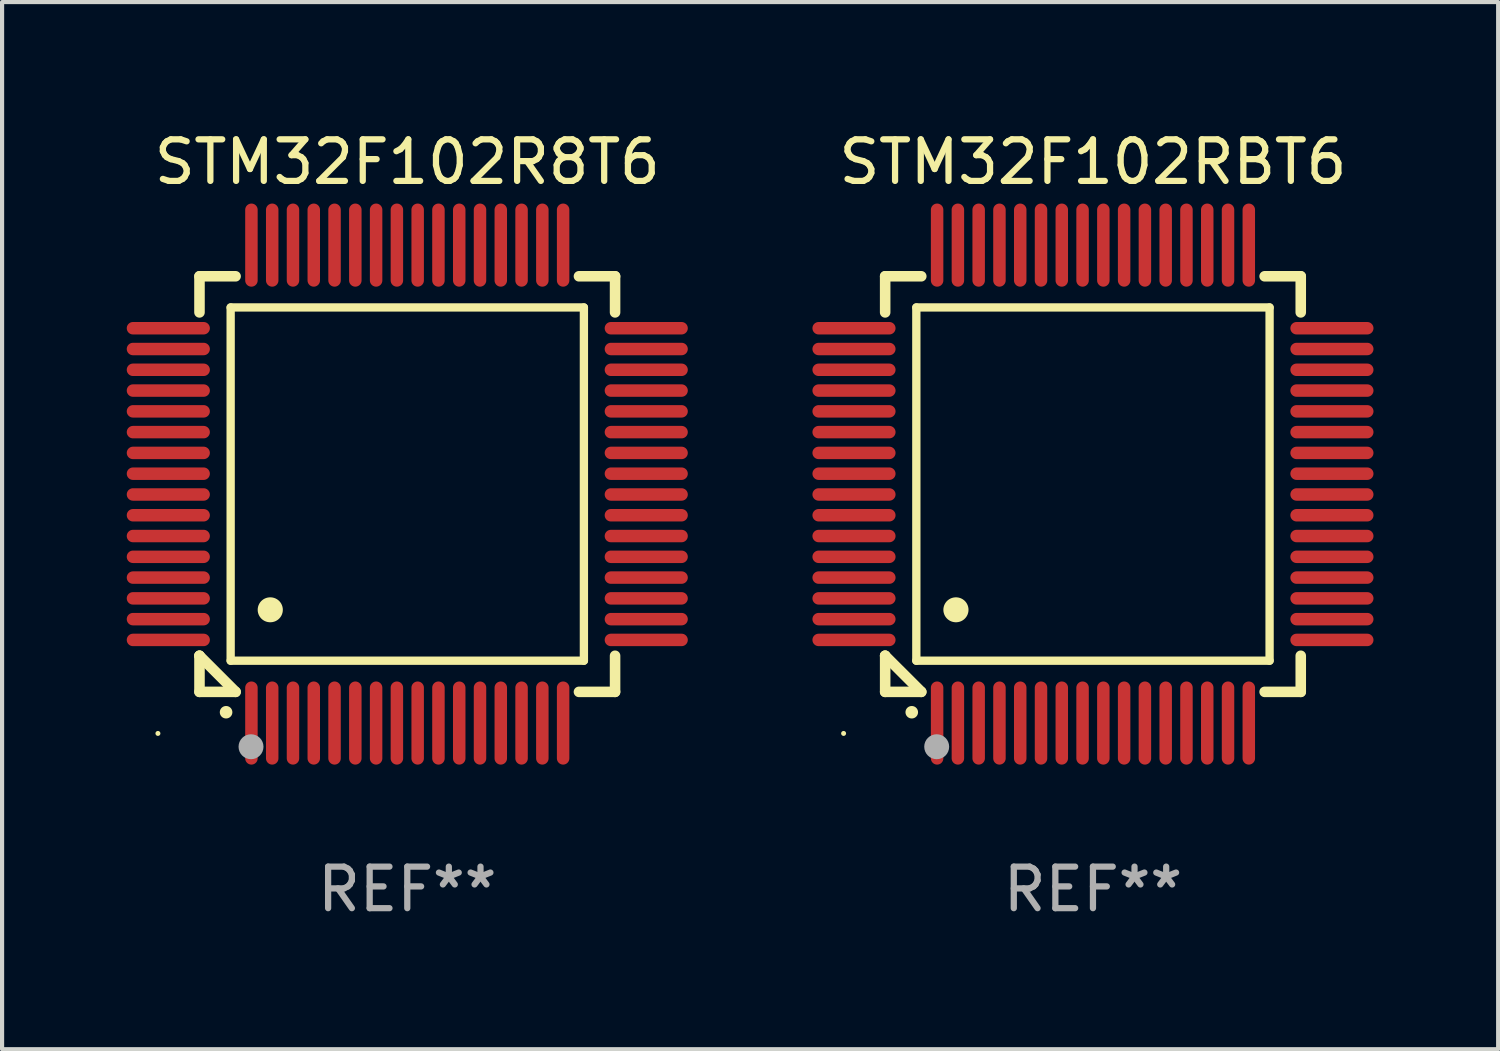
<source format=kicad_pcb>
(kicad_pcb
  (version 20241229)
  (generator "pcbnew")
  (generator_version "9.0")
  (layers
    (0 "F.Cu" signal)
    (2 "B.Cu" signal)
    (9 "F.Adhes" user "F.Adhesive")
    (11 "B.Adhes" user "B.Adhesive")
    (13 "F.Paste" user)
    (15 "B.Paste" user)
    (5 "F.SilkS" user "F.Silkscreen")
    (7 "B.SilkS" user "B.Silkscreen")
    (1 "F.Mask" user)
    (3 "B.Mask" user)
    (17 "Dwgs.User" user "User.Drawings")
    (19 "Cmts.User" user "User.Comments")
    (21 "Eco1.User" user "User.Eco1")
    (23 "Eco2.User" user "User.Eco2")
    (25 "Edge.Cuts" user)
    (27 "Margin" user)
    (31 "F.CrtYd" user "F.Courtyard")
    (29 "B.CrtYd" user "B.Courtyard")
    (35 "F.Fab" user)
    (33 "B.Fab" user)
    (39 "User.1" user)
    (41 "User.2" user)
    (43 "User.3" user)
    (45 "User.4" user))
  (footprint "STM32F102RBT6"
    (layer "F.Cu")
    (at 23.249 8.598)
    (property "Reference" "STM32F102RBT6" (at 0 -7.75 0) (layer "F.SilkS") (effects (font (size 1 1) (thickness 0.15))))
    (attr through_hole)
    (fp_line (start -5 -5) (end -4.131 -5) (stroke (width 0.254) (type solid)) (layer "F.SilkS"))
    (fp_line (start -5 -4.131) (end -5 -5) (stroke (width 0.254) (type solid)) (layer "F.SilkS"))
    (fp_line (start -5 4.131) (end -5 4.131) (stroke (width 0.254) (type solid)) (layer "F.SilkS"))
    (fp_line (start -5 5) (end -5 4.131) (stroke (width 0.254) (type solid)) (layer "F.SilkS"))
    (fp_line (start -5 4.131) (end -4.131 5) (stroke (width 0.254) (type solid)) (layer "F.SilkS"))
    (fp_line (start -4.25 -4.25) (end -4.25 4.25) (stroke (width 0.2) (type solid)) (layer "F.SilkS"))
    (fp_line (start -4.25 4.25) (end 4.25 4.25) (stroke (width 0.2) (type solid)) (layer "F.SilkS"))
    (fp_line (start -4.131 5) (end -5 5) (stroke (width 0.254) (type solid)) (layer "F.SilkS"))
    (fp_line (start 4.25 -4.25) (end -4.25 -4.25) (stroke (width 0.2) (type solid)) (layer "F.SilkS"))
    (fp_line (start 4.25 4.25) (end 4.25 -4.25) (stroke (width 0.2) (type solid)) (layer "F.SilkS"))
    (fp_line (start 5 -5) (end 4.131 -5) (stroke (width 0.254) (type solid)) (layer "F.SilkS"))
    (fp_line (start 5 -5) (end 5 -4.131) (stroke (width 0.254) (type solid)) (layer "F.SilkS"))
    (fp_line (start 5 4.131) (end 5 5) (stroke (width 0.254) (type solid)) (layer "F.SilkS"))
    (fp_line (start 5 5) (end 4.131 5) (stroke (width 0.254) (type solid)) (layer "F.SilkS"))
    (fp_arc (start -4.361265 5.489992) (mid -4.359995 5.489987) (end -4.358725 5.489992) (stroke (width 0.3) (type solid)) (layer "F.SilkS"))
    (fp_arc (start -3.299467 3.025146) (mid -3.296927 3.025135) (end -3.294387 3.025146) (stroke (width 0.6) (type solid)) (layer "F.SilkS"))
    (fp_circle (center -6 6) (end -5.97 6) (stroke (width 0.06) (type solid)) (fill no) (layer "F.SilkS"))
    (fp_circle (center -3.76 6.32) (end -3.61 6.32) (stroke (width 0.3) (type solid)) (fill no) (layer "F.Fab"))
    (fp_text user "REF**" (at 0 9.75 0) (layer "F.Fab") (effects (font (size 1 1) (thickness 0.15))))
    (pad "1" smd oval (at -3.75 5.75) (size 0.3 2) (layers "F.Cu" "F.Mask" "F.Paste"))
    (pad "2" smd oval (at -3.25 5.75) (size 0.3 2) (layers "F.Cu" "F.Mask" "F.Paste"))
    (pad "3" smd oval (at -2.75 5.75) (size 0.3 2) (layers "F.Cu" "F.Mask" "F.Paste"))
    (pad "4" smd oval (at -2.25 5.75) (size 0.3 2) (layers "F.Cu" "F.Mask" "F.Paste"))
    (pad "5" smd oval (at -1.75 5.75) (size 0.3 2) (layers "F.Cu" "F.Mask" "F.Paste"))
    (pad "6" smd oval (at -1.25 5.75) (size 0.3 2) (layers "F.Cu" "F.Mask" "F.Paste"))
    (pad "7" smd oval (at -0.75 5.75) (size 0.3 2) (layers "F.Cu" "F.Mask" "F.Paste"))
    (pad "8" smd oval (at -0.25 5.75) (size 0.3 2) (layers "F.Cu" "F.Mask" "F.Paste"))
    (pad "9" smd oval (at 0.25 5.75) (size 0.3 2) (layers "F.Cu" "F.Mask" "F.Paste"))
    (pad "10" smd oval (at 0.75 5.75) (size 0.3 2) (layers "F.Cu" "F.Mask" "F.Paste"))
    (pad "11" smd oval (at 1.25 5.75) (size 0.3 2) (layers "F.Cu" "F.Mask" "F.Paste"))
    (pad "12" smd oval (at 1.75 5.75) (size 0.3 2) (layers "F.Cu" "F.Mask" "F.Paste"))
    (pad "13" smd oval (at 2.25 5.75) (size 0.3 2) (layers "F.Cu" "F.Mask" "F.Paste"))
    (pad "14" smd oval (at 2.75 5.75) (size 0.3 2) (layers "F.Cu" "F.Mask" "F.Paste"))
    (pad "15" smd oval (at 3.25 5.75) (size 0.3 2) (layers "F.Cu" "F.Mask" "F.Paste"))
    (pad "16" smd oval (at 3.75 5.75) (size 0.3 2) (layers "F.Cu" "F.Mask" "F.Paste"))
    (pad "17" smd oval (at 5.75 3.75) (size 2 0.3) (layers "F.Cu" "F.Mask" "F.Paste"))
    (pad "18" smd oval (at 5.75 3.25) (size 2 0.3) (layers "F.Cu" "F.Mask" "F.Paste"))
    (pad "19" smd oval (at 5.75 2.75) (size 2 0.3) (layers "F.Cu" "F.Mask" "F.Paste"))
    (pad "20" smd oval (at 5.75 2.25) (size 2 0.3) (layers "F.Cu" "F.Mask" "F.Paste"))
    (pad "21" smd oval (at 5.75 1.75) (size 2 0.3) (layers "F.Cu" "F.Mask" "F.Paste"))
    (pad "22" smd oval (at 5.75 1.25) (size 2 0.3) (layers "F.Cu" "F.Mask" "F.Paste"))
    (pad "23" smd oval (at 5.75 0.75) (size 2 0.3) (layers "F.Cu" "F.Mask" "F.Paste"))
    (pad "24" smd oval (at 5.75 0.25) (size 2 0.3) (layers "F.Cu" "F.Mask" "F.Paste"))
    (pad "25" smd oval (at 5.75 -0.25) (size 2 0.3) (layers "F.Cu" "F.Mask" "F.Paste"))
    (pad "26" smd oval (at 5.75 -0.75) (size 2 0.3) (layers "F.Cu" "F.Mask" "F.Paste"))
    (pad "27" smd oval (at 5.75 -1.25) (size 2 0.3) (layers "F.Cu" "F.Mask" "F.Paste"))
    (pad "28" smd oval (at 5.75 -1.75) (size 2 0.3) (layers "F.Cu" "F.Mask" "F.Paste"))
    (pad "29" smd oval (at 5.75 -2.25) (size 2 0.3) (layers "F.Cu" "F.Mask" "F.Paste"))
    (pad "30" smd oval (at 5.75 -2.75) (size 2 0.3) (layers "F.Cu" "F.Mask" "F.Paste"))
    (pad "31" smd oval (at 5.75 -3.25) (size 2 0.3) (layers "F.Cu" "F.Mask" "F.Paste"))
    (pad "32" smd oval (at 5.75 -3.75) (size 2 0.3) (layers "F.Cu" "F.Mask" "F.Paste"))
    (pad "33" smd oval (at 3.75 -5.75) (size 0.3 2) (layers "F.Cu" "F.Mask" "F.Paste"))
    (pad "34" smd oval (at 3.25 -5.75) (size 0.3 2) (layers "F.Cu" "F.Mask" "F.Paste"))
    (pad "35" smd oval (at 2.75 -5.75) (size 0.3 2) (layers "F.Cu" "F.Mask" "F.Paste"))
    (pad "36" smd oval (at 2.25 -5.75) (size 0.3 2) (layers "F.Cu" "F.Mask" "F.Paste"))
    (pad "37" smd oval (at 1.75 -5.75) (size 0.3 2) (layers "F.Cu" "F.Mask" "F.Paste"))
    (pad "38" smd oval (at 1.25 -5.75) (size 0.3 2) (layers "F.Cu" "F.Mask" "F.Paste"))
    (pad "39" smd oval (at 0.75 -5.75) (size 0.3 2) (layers "F.Cu" "F.Mask" "F.Paste"))
    (pad "40" smd oval (at 0.25 -5.75) (size 0.3 2) (layers "F.Cu" "F.Mask" "F.Paste"))
    (pad "41" smd oval (at -0.25 -5.75) (size 0.3 2) (layers "F.Cu" "F.Mask" "F.Paste"))
    (pad "42" smd oval (at -0.75 -5.75) (size 0.3 2) (layers "F.Cu" "F.Mask" "F.Paste"))
    (pad "43" smd oval (at -1.25 -5.75) (size 0.3 2) (layers "F.Cu" "F.Mask" "F.Paste"))
    (pad "44" smd oval (at -1.75 -5.75) (size 0.3 2) (layers "F.Cu" "F.Mask" "F.Paste"))
    (pad "45" smd oval (at -2.25 -5.75) (size 0.3 2) (layers "F.Cu" "F.Mask" "F.Paste"))
    (pad "46" smd oval (at -2.75 -5.75) (size 0.3 2) (layers "F.Cu" "F.Mask" "F.Paste"))
    (pad "47" smd oval (at -3.25 -5.75) (size 0.3 2) (layers "F.Cu" "F.Mask" "F.Paste"))
    (pad "48" smd oval (at -3.75 -5.75) (size 0.3 2) (layers "F.Cu" "F.Mask" "F.Paste"))
    (pad "49" smd oval (at -5.75 -3.75) (size 2 0.3) (layers "F.Cu" "F.Mask" "F.Paste"))
    (pad "50" smd oval (at -5.75 -3.25) (size 2 0.3) (layers "F.Cu" "F.Mask" "F.Paste"))
    (pad "51" smd oval (at -5.75 -2.75) (size 2 0.3) (layers "F.Cu" "F.Mask" "F.Paste"))
    (pad "52" smd oval (at -5.75 -2.25) (size 2 0.3) (layers "F.Cu" "F.Mask" "F.Paste"))
    (pad "53" smd oval (at -5.75 -1.75) (size 2 0.3) (layers "F.Cu" "F.Mask" "F.Paste"))
    (pad "54" smd oval (at -5.75 -1.25) (size 2 0.3) (layers "F.Cu" "F.Mask" "F.Paste"))
    (pad "55" smd oval (at -5.75 -0.75) (size 2 0.3) (layers "F.Cu" "F.Mask" "F.Paste"))
    (pad "56" smd oval (at -5.75 -0.25) (size 2 0.3) (layers "F.Cu" "F.Mask" "F.Paste"))
    (pad "57" smd oval (at -5.75 0.25) (size 2 0.3) (layers "F.Cu" "F.Mask" "F.Paste"))
    (pad "58" smd oval (at -5.75 0.75) (size 2 0.3) (layers "F.Cu" "F.Mask" "F.Paste"))
    (pad "59" smd oval (at -5.75 1.25) (size 2 0.3) (layers "F.Cu" "F.Mask" "F.Paste"))
    (pad "60" smd oval (at -5.75 1.75) (size 2 0.3) (layers "F.Cu" "F.Mask" "F.Paste"))
    (pad "61" smd oval (at -5.75 2.25) (size 2 0.3) (layers "F.Cu" "F.Mask" "F.Paste"))
    (pad "62" smd oval (at -5.75 2.75) (size 2 0.3) (layers "F.Cu" "F.Mask" "F.Paste"))
    (pad "63" smd oval (at -5.75 3.25) (size 2 0.3) (layers "F.Cu" "F.Mask" "F.Paste"))
    (pad "64" smd oval (at -5.75 3.75) (size 2 0.3) (layers "F.Cu" "F.Mask" "F.Paste")))
  (footprint "STM32F102R8T6"
    (layer "F.Cu")
    (at 6.75 8.598)
    (property "Reference" "STM32F102R8T6" (at 0 -7.75 0) (layer "F.SilkS") (effects (font (size 1 1) (thickness 0.15))))
    (attr through_hole)
    (fp_line (start -5 -5) (end -4.131 -5) (stroke (width 0.254) (type solid)) (layer "F.SilkS"))
    (fp_line (start -5 -4.131) (end -5 -5) (stroke (width 0.254) (type solid)) (layer "F.SilkS"))
    (fp_line (start -5 4.131) (end -5 4.131) (stroke (width 0.254) (type solid)) (layer "F.SilkS"))
    (fp_line (start -5 5) (end -5 4.131) (stroke (width 0.254) (type solid)) (layer "F.SilkS"))
    (fp_line (start -5 4.131) (end -4.131 5) (stroke (width 0.254) (type solid)) (layer "F.SilkS"))
    (fp_line (start -4.25 -4.25) (end -4.25 4.25) (stroke (width 0.2) (type solid)) (layer "F.SilkS"))
    (fp_line (start -4.25 4.25) (end 4.25 4.25) (stroke (width 0.2) (type solid)) (layer "F.SilkS"))
    (fp_line (start -4.131 5) (end -5 5) (stroke (width 0.254) (type solid)) (layer "F.SilkS"))
    (fp_line (start 4.25 -4.25) (end -4.25 -4.25) (stroke (width 0.2) (type solid)) (layer "F.SilkS"))
    (fp_line (start 4.25 4.25) (end 4.25 -4.25) (stroke (width 0.2) (type solid)) (layer "F.SilkS"))
    (fp_line (start 5 -5) (end 4.131 -5) (stroke (width 0.254) (type solid)) (layer "F.SilkS"))
    (fp_line (start 5 -5) (end 5 -4.131) (stroke (width 0.254) (type solid)) (layer "F.SilkS"))
    (fp_line (start 5 4.131) (end 5 5) (stroke (width 0.254) (type solid)) (layer "F.SilkS"))
    (fp_line (start 5 5) (end 4.131 5) (stroke (width 0.254) (type solid)) (layer "F.SilkS"))
    (fp_arc (start -4.361265 5.489992) (mid -4.359995 5.489987) (end -4.358725 5.489992) (stroke (width 0.3) (type solid)) (layer "F.SilkS"))
    (fp_arc (start -3.299467 3.025146) (mid -3.296927 3.025135) (end -3.294387 3.025146) (stroke (width 0.6) (type solid)) (layer "F.SilkS"))
    (fp_circle (center -6 6) (end -5.97 6) (stroke (width 0.06) (type solid)) (fill no) (layer "F.SilkS"))
    (fp_circle (center -3.76 6.32) (end -3.61 6.32) (stroke (width 0.3) (type solid)) (fill no) (layer "F.Fab"))
    (fp_text user "REF**" (at 0 9.75 0) (layer "F.Fab") (effects (font (size 1 1) (thickness 0.15))))
    (pad "1" smd oval (at -3.75 5.75) (size 0.3 2) (layers "F.Cu" "F.Mask" "F.Paste"))
    (pad "2" smd oval (at -3.25 5.75) (size 0.3 2) (layers "F.Cu" "F.Mask" "F.Paste"))
    (pad "3" smd oval (at -2.75 5.75) (size 0.3 2) (layers "F.Cu" "F.Mask" "F.Paste"))
    (pad "4" smd oval (at -2.25 5.75) (size 0.3 2) (layers "F.Cu" "F.Mask" "F.Paste"))
    (pad "5" smd oval (at -1.75 5.75) (size 0.3 2) (layers "F.Cu" "F.Mask" "F.Paste"))
    (pad "6" smd oval (at -1.25 5.75) (size 0.3 2) (layers "F.Cu" "F.Mask" "F.Paste"))
    (pad "7" smd oval (at -0.75 5.75) (size 0.3 2) (layers "F.Cu" "F.Mask" "F.Paste"))
    (pad "8" smd oval (at -0.25 5.75) (size 0.3 2) (layers "F.Cu" "F.Mask" "F.Paste"))
    (pad "9" smd oval (at 0.25 5.75) (size 0.3 2) (layers "F.Cu" "F.Mask" "F.Paste"))
    (pad "10" smd oval (at 0.75 5.75) (size 0.3 2) (layers "F.Cu" "F.Mask" "F.Paste"))
    (pad "11" smd oval (at 1.25 5.75) (size 0.3 2) (layers "F.Cu" "F.Mask" "F.Paste"))
    (pad "12" smd oval (at 1.75 5.75) (size 0.3 2) (layers "F.Cu" "F.Mask" "F.Paste"))
    (pad "13" smd oval (at 2.25 5.75) (size 0.3 2) (layers "F.Cu" "F.Mask" "F.Paste"))
    (pad "14" smd oval (at 2.75 5.75) (size 0.3 2) (layers "F.Cu" "F.Mask" "F.Paste"))
    (pad "15" smd oval (at 3.25 5.75) (size 0.3 2) (layers "F.Cu" "F.Mask" "F.Paste"))
    (pad "16" smd oval (at 3.75 5.75) (size 0.3 2) (layers "F.Cu" "F.Mask" "F.Paste"))
    (pad "17" smd oval (at 5.75 3.75) (size 2 0.3) (layers "F.Cu" "F.Mask" "F.Paste"))
    (pad "18" smd oval (at 5.75 3.25) (size 2 0.3) (layers "F.Cu" "F.Mask" "F.Paste"))
    (pad "19" smd oval (at 5.75 2.75) (size 2 0.3) (layers "F.Cu" "F.Mask" "F.Paste"))
    (pad "20" smd oval (at 5.75 2.25) (size 2 0.3) (layers "F.Cu" "F.Mask" "F.Paste"))
    (pad "21" smd oval (at 5.75 1.75) (size 2 0.3) (layers "F.Cu" "F.Mask" "F.Paste"))
    (pad "22" smd oval (at 5.75 1.25) (size 2 0.3) (layers "F.Cu" "F.Mask" "F.Paste"))
    (pad "23" smd oval (at 5.75 0.75) (size 2 0.3) (layers "F.Cu" "F.Mask" "F.Paste"))
    (pad "24" smd oval (at 5.75 0.25) (size 2 0.3) (layers "F.Cu" "F.Mask" "F.Paste"))
    (pad "25" smd oval (at 5.75 -0.25) (size 2 0.3) (layers "F.Cu" "F.Mask" "F.Paste"))
    (pad "26" smd oval (at 5.75 -0.75) (size 2 0.3) (layers "F.Cu" "F.Mask" "F.Paste"))
    (pad "27" smd oval (at 5.75 -1.25) (size 2 0.3) (layers "F.Cu" "F.Mask" "F.Paste"))
    (pad "28" smd oval (at 5.75 -1.75) (size 2 0.3) (layers "F.Cu" "F.Mask" "F.Paste"))
    (pad "29" smd oval (at 5.75 -2.25) (size 2 0.3) (layers "F.Cu" "F.Mask" "F.Paste"))
    (pad "30" smd oval (at 5.75 -2.75) (size 2 0.3) (layers "F.Cu" "F.Mask" "F.Paste"))
    (pad "31" smd oval (at 5.75 -3.25) (size 2 0.3) (layers "F.Cu" "F.Mask" "F.Paste"))
    (pad "32" smd oval (at 5.75 -3.75) (size 2 0.3) (layers "F.Cu" "F.Mask" "F.Paste"))
    (pad "33" smd oval (at 3.75 -5.75) (size 0.3 2) (layers "F.Cu" "F.Mask" "F.Paste"))
    (pad "34" smd oval (at 3.25 -5.75) (size 0.3 2) (layers "F.Cu" "F.Mask" "F.Paste"))
    (pad "35" smd oval (at 2.75 -5.75) (size 0.3 2) (layers "F.Cu" "F.Mask" "F.Paste"))
    (pad "36" smd oval (at 2.25 -5.75) (size 0.3 2) (layers "F.Cu" "F.Mask" "F.Paste"))
    (pad "37" smd oval (at 1.75 -5.75) (size 0.3 2) (layers "F.Cu" "F.Mask" "F.Paste"))
    (pad "38" smd oval (at 1.25 -5.75) (size 0.3 2) (layers "F.Cu" "F.Mask" "F.Paste"))
    (pad "39" smd oval (at 0.75 -5.75) (size 0.3 2) (layers "F.Cu" "F.Mask" "F.Paste"))
    (pad "40" smd oval (at 0.25 -5.75) (size 0.3 2) (layers "F.Cu" "F.Mask" "F.Paste"))
    (pad "41" smd oval (at -0.25 -5.75) (size 0.3 2) (layers "F.Cu" "F.Mask" "F.Paste"))
    (pad "42" smd oval (at -0.75 -5.75) (size 0.3 2) (layers "F.Cu" "F.Mask" "F.Paste"))
    (pad "43" smd oval (at -1.25 -5.75) (size 0.3 2) (layers "F.Cu" "F.Mask" "F.Paste"))
    (pad "44" smd oval (at -1.75 -5.75) (size 0.3 2) (layers "F.Cu" "F.Mask" "F.Paste"))
    (pad "45" smd oval (at -2.25 -5.75) (size 0.3 2) (layers "F.Cu" "F.Mask" "F.Paste"))
    (pad "46" smd oval (at -2.75 -5.75) (size 0.3 2) (layers "F.Cu" "F.Mask" "F.Paste"))
    (pad "47" smd oval (at -3.25 -5.75) (size 0.3 2) (layers "F.Cu" "F.Mask" "F.Paste"))
    (pad "48" smd oval (at -3.75 -5.75) (size 0.3 2) (layers "F.Cu" "F.Mask" "F.Paste"))
    (pad "49" smd oval (at -5.75 -3.75) (size 2 0.3) (layers "F.Cu" "F.Mask" "F.Paste"))
    (pad "50" smd oval (at -5.75 -3.25) (size 2 0.3) (layers "F.Cu" "F.Mask" "F.Paste"))
    (pad "51" smd oval (at -5.75 -2.75) (size 2 0.3) (layers "F.Cu" "F.Mask" "F.Paste"))
    (pad "52" smd oval (at -5.75 -2.25) (size 2 0.3) (layers "F.Cu" "F.Mask" "F.Paste"))
    (pad "53" smd oval (at -5.75 -1.75) (size 2 0.3) (layers "F.Cu" "F.Mask" "F.Paste"))
    (pad "54" smd oval (at -5.75 -1.25) (size 2 0.3) (layers "F.Cu" "F.Mask" "F.Paste"))
    (pad "55" smd oval (at -5.75 -0.75) (size 2 0.3) (layers "F.Cu" "F.Mask" "F.Paste"))
    (pad "56" smd oval (at -5.75 -0.25) (size 2 0.3) (layers "F.Cu" "F.Mask" "F.Paste"))
    (pad "57" smd oval (at -5.75 0.25) (size 2 0.3) (layers "F.Cu" "F.Mask" "F.Paste"))
    (pad "58" smd oval (at -5.75 0.75) (size 2 0.3) (layers "F.Cu" "F.Mask" "F.Paste"))
    (pad "59" smd oval (at -5.75 1.25) (size 2 0.3) (layers "F.Cu" "F.Mask" "F.Paste"))
    (pad "60" smd oval (at -5.75 1.75) (size 2 0.3) (layers "F.Cu" "F.Mask" "F.Paste"))
    (pad "61" smd oval (at -5.75 2.25) (size 2 0.3) (layers "F.Cu" "F.Mask" "F.Paste"))
    (pad "62" smd oval (at -5.75 2.75) (size 2 0.3) (layers "F.Cu" "F.Mask" "F.Paste"))
    (pad "63" smd oval (at -5.75 3.25) (size 2 0.3) (layers "F.Cu" "F.Mask" "F.Paste"))
    (pad "64" smd oval (at -5.75 3.75) (size 2 0.3) (layers "F.Cu" "F.Mask" "F.Paste")))
  (gr_rect
    (start -3 -3)
    (end 32.999 22.196)
    (stroke (width 0.1) (type default))
    (fill no)
    (layer "Edge.Cuts")))
</source>
